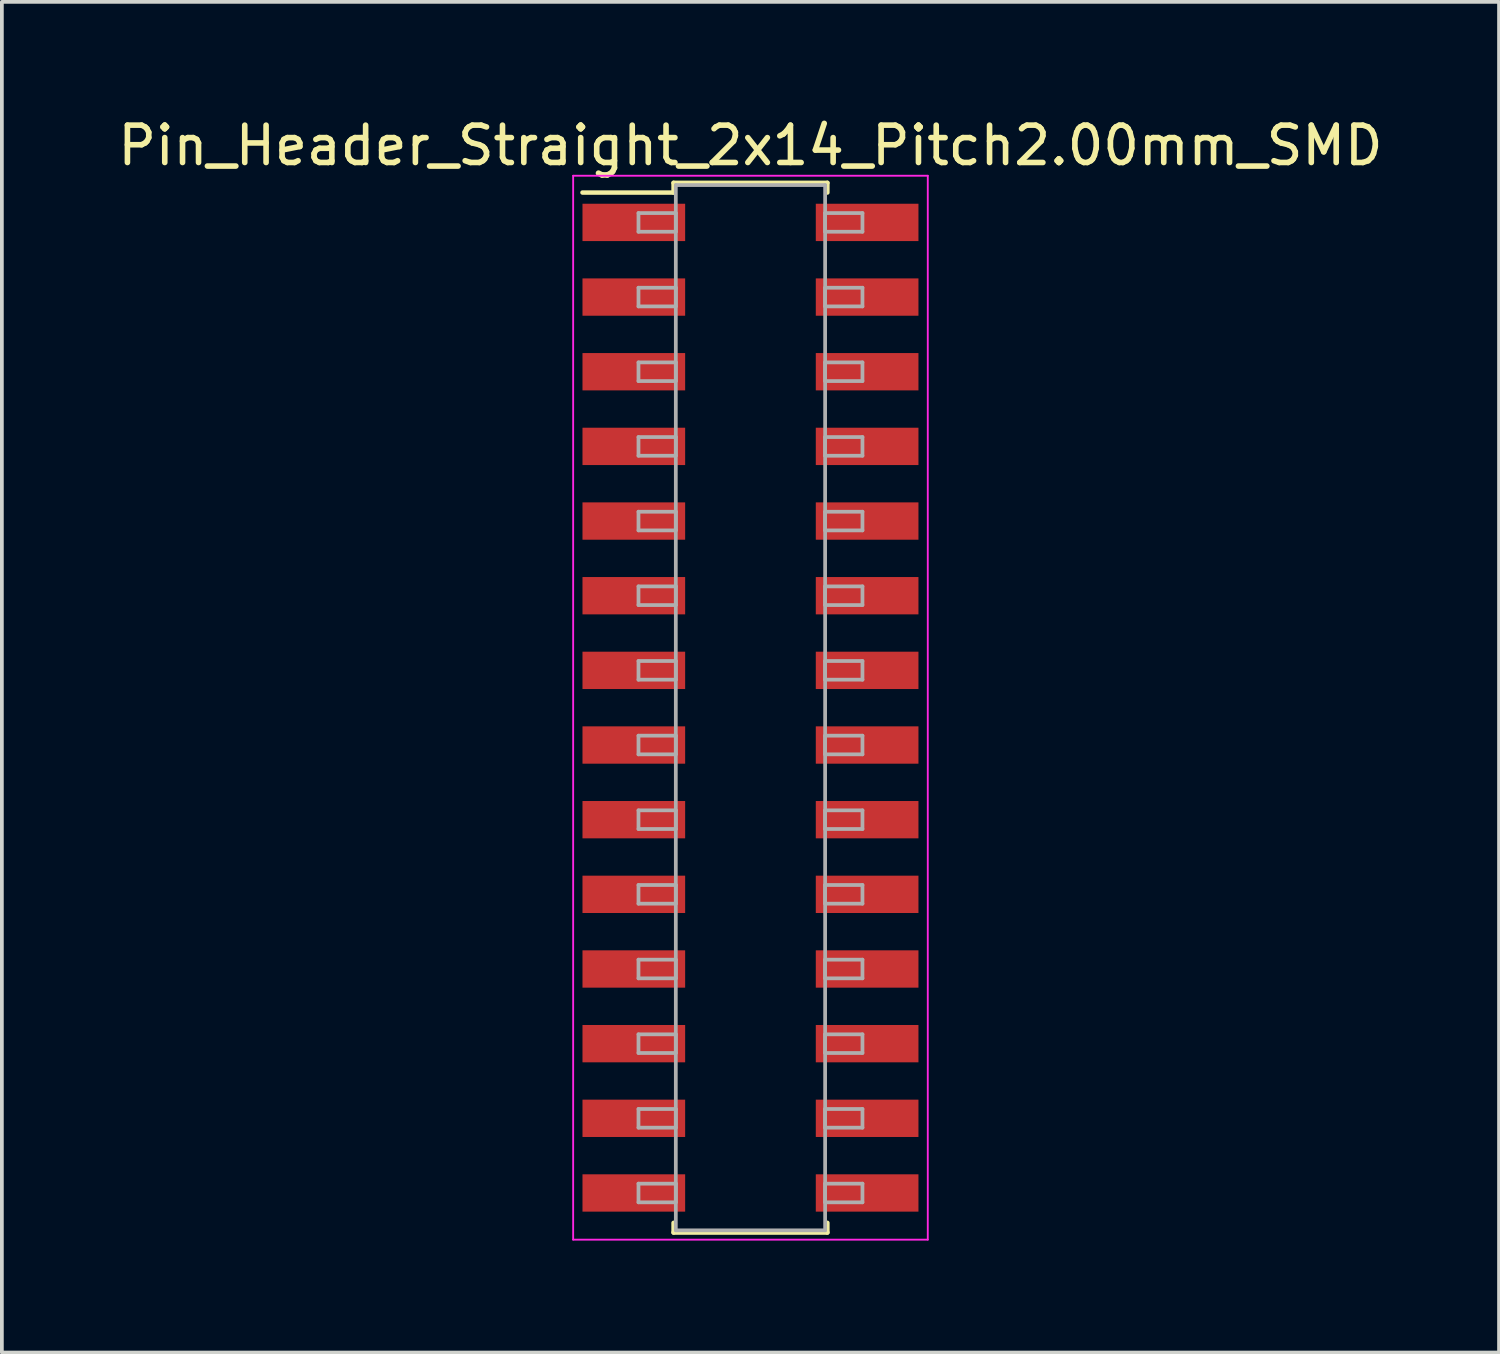
<source format=kicad_pcb>
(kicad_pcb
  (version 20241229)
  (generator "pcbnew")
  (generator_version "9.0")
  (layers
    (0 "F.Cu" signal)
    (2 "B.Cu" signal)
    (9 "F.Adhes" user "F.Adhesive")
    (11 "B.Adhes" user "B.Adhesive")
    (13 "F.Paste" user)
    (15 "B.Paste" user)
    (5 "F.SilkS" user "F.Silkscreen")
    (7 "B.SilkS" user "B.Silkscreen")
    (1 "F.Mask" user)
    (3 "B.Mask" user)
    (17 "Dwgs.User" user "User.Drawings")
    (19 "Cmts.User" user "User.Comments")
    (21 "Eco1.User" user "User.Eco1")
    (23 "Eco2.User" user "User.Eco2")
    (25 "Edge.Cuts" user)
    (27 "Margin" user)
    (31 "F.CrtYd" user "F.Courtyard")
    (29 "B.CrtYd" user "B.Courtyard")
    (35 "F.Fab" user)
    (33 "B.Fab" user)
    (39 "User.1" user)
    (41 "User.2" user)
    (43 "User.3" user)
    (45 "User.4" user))
  (footprint "Pin_Header_Straight_2x14_Pitch2.00mm_SMD"
    (layer "F.Cu")
    (at 17.054 15.908)
    (property "Reference" "Pin_Header_Straight_2x14_Pitch2.00mm_SMD" (at 0 -15.06 0) (layer "F.SilkS") (effects (font (size 1 1) (thickness 0.15))))
    (attr smd)
    (fp_line (start -4.5 -13.8) (end -2.06 -13.8) (stroke (width 0.12) (type solid)) (layer "F.SilkS"))
    (fp_line (start -2.06 -14.06) (end 2.06 -14.06) (stroke (width 0.12) (type solid)) (layer "F.SilkS"))
    (fp_line (start -2.06 -13.8) (end -2.06 -14.06) (stroke (width 0.12) (type solid)) (layer "F.SilkS"))
    (fp_line (start -2.06 13.8) (end -2.06 14.06) (stroke (width 0.12) (type solid)) (layer "F.SilkS"))
    (fp_line (start -2.06 14.06) (end 2.06 14.06) (stroke (width 0.12) (type solid)) (layer "F.SilkS"))
    (fp_line (start 2.06 -14.06) (end 2.06 -13.8) (stroke (width 0.12) (type solid)) (layer "F.SilkS"))
    (fp_line (start 2.06 14.06) (end 2.06 13.8) (stroke (width 0.12) (type solid)) (layer "F.SilkS"))
    (fp_line (start -4.75 -14.25) (end -4.75 14.25) (stroke (width 0.05) (type solid)) (layer "F.CrtYd"))
    (fp_line (start -4.75 14.25) (end 4.75 14.25) (stroke (width 0.05) (type solid)) (layer "F.CrtYd"))
    (fp_line (start 4.75 -14.25) (end -4.75 -14.25) (stroke (width 0.05) (type solid)) (layer "F.CrtYd"))
    (fp_line (start 4.75 14.25) (end 4.75 -14.25) (stroke (width 0.05) (type solid)) (layer "F.CrtYd"))
    (fp_line (start -3 -13.25) (end -2 -13.25) (stroke (width 0.1) (type solid)) (layer "F.Fab"))
    (fp_line (start -3 -12.75) (end -3 -13.25) (stroke (width 0.1) (type solid)) (layer "F.Fab"))
    (fp_line (start -3 -11.25) (end -2 -11.25) (stroke (width 0.1) (type solid)) (layer "F.Fab"))
    (fp_line (start -3 -10.75) (end -3 -11.25) (stroke (width 0.1) (type solid)) (layer "F.Fab"))
    (fp_line (start -3 -9.25) (end -2 -9.25) (stroke (width 0.1) (type solid)) (layer "F.Fab"))
    (fp_line (start -3 -8.75) (end -3 -9.25) (stroke (width 0.1) (type solid)) (layer "F.Fab"))
    (fp_line (start -3 -7.25) (end -2 -7.25) (stroke (width 0.1) (type solid)) (layer "F.Fab"))
    (fp_line (start -3 -6.75) (end -3 -7.25) (stroke (width 0.1) (type solid)) (layer "F.Fab"))
    (fp_line (start -3 -5.25) (end -2 -5.25) (stroke (width 0.1) (type solid)) (layer "F.Fab"))
    (fp_line (start -3 -4.75) (end -3 -5.25) (stroke (width 0.1) (type solid)) (layer "F.Fab"))
    (fp_line (start -3 -3.25) (end -2 -3.25) (stroke (width 0.1) (type solid)) (layer "F.Fab"))
    (fp_line (start -3 -2.75) (end -3 -3.25) (stroke (width 0.1) (type solid)) (layer "F.Fab"))
    (fp_line (start -3 -1.25) (end -2 -1.25) (stroke (width 0.1) (type solid)) (layer "F.Fab"))
    (fp_line (start -3 -0.75) (end -3 -1.25) (stroke (width 0.1) (type solid)) (layer "F.Fab"))
    (fp_line (start -3 0.75) (end -2 0.75) (stroke (width 0.1) (type solid)) (layer "F.Fab"))
    (fp_line (start -3 1.25) (end -3 0.75) (stroke (width 0.1) (type solid)) (layer "F.Fab"))
    (fp_line (start -3 2.75) (end -2 2.75) (stroke (width 0.1) (type solid)) (layer "F.Fab"))
    (fp_line (start -3 3.25) (end -3 2.75) (stroke (width 0.1) (type solid)) (layer "F.Fab"))
    (fp_line (start -3 4.75) (end -2 4.75) (stroke (width 0.1) (type solid)) (layer "F.Fab"))
    (fp_line (start -3 5.25) (end -3 4.75) (stroke (width 0.1) (type solid)) (layer "F.Fab"))
    (fp_line (start -3 6.75) (end -2 6.75) (stroke (width 0.1) (type solid)) (layer "F.Fab"))
    (fp_line (start -3 7.25) (end -3 6.75) (stroke (width 0.1) (type solid)) (layer "F.Fab"))
    (fp_line (start -3 8.75) (end -2 8.75) (stroke (width 0.1) (type solid)) (layer "F.Fab"))
    (fp_line (start -3 9.25) (end -3 8.75) (stroke (width 0.1) (type solid)) (layer "F.Fab"))
    (fp_line (start -3 10.75) (end -2 10.75) (stroke (width 0.1) (type solid)) (layer "F.Fab"))
    (fp_line (start -3 11.25) (end -3 10.75) (stroke (width 0.1) (type solid)) (layer "F.Fab"))
    (fp_line (start -3 12.75) (end -2 12.75) (stroke (width 0.1) (type solid)) (layer "F.Fab"))
    (fp_line (start -3 13.25) (end -3 12.75) (stroke (width 0.1) (type solid)) (layer "F.Fab"))
    (fp_line (start -2 -14) (end -2 14) (stroke (width 0.1) (type solid)) (layer "F.Fab"))
    (fp_line (start -2 -13.25) (end -2 -12.75) (stroke (width 0.1) (type solid)) (layer "F.Fab"))
    (fp_line (start -2 -12.75) (end -3 -12.75) (stroke (width 0.1) (type solid)) (layer "F.Fab"))
    (fp_line (start -2 -11.25) (end -2 -10.75) (stroke (width 0.1) (type solid)) (layer "F.Fab"))
    (fp_line (start -2 -10.75) (end -3 -10.75) (stroke (width 0.1) (type solid)) (layer "F.Fab"))
    (fp_line (start -2 -9.25) (end -2 -8.75) (stroke (width 0.1) (type solid)) (layer "F.Fab"))
    (fp_line (start -2 -8.75) (end -3 -8.75) (stroke (width 0.1) (type solid)) (layer "F.Fab"))
    (fp_line (start -2 -7.25) (end -2 -6.75) (stroke (width 0.1) (type solid)) (layer "F.Fab"))
    (fp_line (start -2 -6.75) (end -3 -6.75) (stroke (width 0.1) (type solid)) (layer "F.Fab"))
    (fp_line (start -2 -5.25) (end -2 -4.75) (stroke (width 0.1) (type solid)) (layer "F.Fab"))
    (fp_line (start -2 -4.75) (end -3 -4.75) (stroke (width 0.1) (type solid)) (layer "F.Fab"))
    (fp_line (start -2 -3.25) (end -2 -2.75) (stroke (width 0.1) (type solid)) (layer "F.Fab"))
    (fp_line (start -2 -2.75) (end -3 -2.75) (stroke (width 0.1) (type solid)) (layer "F.Fab"))
    (fp_line (start -2 -1.25) (end -2 -0.75) (stroke (width 0.1) (type solid)) (layer "F.Fab"))
    (fp_line (start -2 -0.75) (end -3 -0.75) (stroke (width 0.1) (type solid)) (layer "F.Fab"))
    (fp_line (start -2 0.75) (end -2 1.25) (stroke (width 0.1) (type solid)) (layer "F.Fab"))
    (fp_line (start -2 1.25) (end -3 1.25) (stroke (width 0.1) (type solid)) (layer "F.Fab"))
    (fp_line (start -2 2.75) (end -2 3.25) (stroke (width 0.1) (type solid)) (layer "F.Fab"))
    (fp_line (start -2 3.25) (end -3 3.25) (stroke (width 0.1) (type solid)) (layer "F.Fab"))
    (fp_line (start -2 4.75) (end -2 5.25) (stroke (width 0.1) (type solid)) (layer "F.Fab"))
    (fp_line (start -2 5.25) (end -3 5.25) (stroke (width 0.1) (type solid)) (layer "F.Fab"))
    (fp_line (start -2 6.75) (end -2 7.25) (stroke (width 0.1) (type solid)) (layer "F.Fab"))
    (fp_line (start -2 7.25) (end -3 7.25) (stroke (width 0.1) (type solid)) (layer "F.Fab"))
    (fp_line (start -2 8.75) (end -2 9.25) (stroke (width 0.1) (type solid)) (layer "F.Fab"))
    (fp_line (start -2 9.25) (end -3 9.25) (stroke (width 0.1) (type solid)) (layer "F.Fab"))
    (fp_line (start -2 10.75) (end -2 11.25) (stroke (width 0.1) (type solid)) (layer "F.Fab"))
    (fp_line (start -2 11.25) (end -3 11.25) (stroke (width 0.1) (type solid)) (layer "F.Fab"))
    (fp_line (start -2 12.75) (end -2 13.25) (stroke (width 0.1) (type solid)) (layer "F.Fab"))
    (fp_line (start -2 13.25) (end -3 13.25) (stroke (width 0.1) (type solid)) (layer "F.Fab"))
    (fp_line (start -2 14) (end 2 14) (stroke (width 0.1) (type solid)) (layer "F.Fab"))
    (fp_line (start 2 -14) (end -2 -14) (stroke (width 0.1) (type solid)) (layer "F.Fab"))
    (fp_line (start 2 -13.25) (end 2 -12.75) (stroke (width 0.1) (type solid)) (layer "F.Fab"))
    (fp_line (start 2 -12.75) (end 3 -12.75) (stroke (width 0.1) (type solid)) (layer "F.Fab"))
    (fp_line (start 2 -11.25) (end 2 -10.75) (stroke (width 0.1) (type solid)) (layer "F.Fab"))
    (fp_line (start 2 -10.75) (end 3 -10.75) (stroke (width 0.1) (type solid)) (layer "F.Fab"))
    (fp_line (start 2 -9.25) (end 2 -8.75) (stroke (width 0.1) (type solid)) (layer "F.Fab"))
    (fp_line (start 2 -8.75) (end 3 -8.75) (stroke (width 0.1) (type solid)) (layer "F.Fab"))
    (fp_line (start 2 -7.25) (end 2 -6.75) (stroke (width 0.1) (type solid)) (layer "F.Fab"))
    (fp_line (start 2 -6.75) (end 3 -6.75) (stroke (width 0.1) (type solid)) (layer "F.Fab"))
    (fp_line (start 2 -5.25) (end 2 -4.75) (stroke (width 0.1) (type solid)) (layer "F.Fab"))
    (fp_line (start 2 -4.75) (end 3 -4.75) (stroke (width 0.1) (type solid)) (layer "F.Fab"))
    (fp_line (start 2 -3.25) (end 2 -2.75) (stroke (width 0.1) (type solid)) (layer "F.Fab"))
    (fp_line (start 2 -2.75) (end 3 -2.75) (stroke (width 0.1) (type solid)) (layer "F.Fab"))
    (fp_line (start 2 -1.25) (end 2 -0.75) (stroke (width 0.1) (type solid)) (layer "F.Fab"))
    (fp_line (start 2 -0.75) (end 3 -0.75) (stroke (width 0.1) (type solid)) (layer "F.Fab"))
    (fp_line (start 2 0.75) (end 2 1.25) (stroke (width 0.1) (type solid)) (layer "F.Fab"))
    (fp_line (start 2 1.25) (end 3 1.25) (stroke (width 0.1) (type solid)) (layer "F.Fab"))
    (fp_line (start 2 2.75) (end 2 3.25) (stroke (width 0.1) (type solid)) (layer "F.Fab"))
    (fp_line (start 2 3.25) (end 3 3.25) (stroke (width 0.1) (type solid)) (layer "F.Fab"))
    (fp_line (start 2 4.75) (end 2 5.25) (stroke (width 0.1) (type solid)) (layer "F.Fab"))
    (fp_line (start 2 5.25) (end 3 5.25) (stroke (width 0.1) (type solid)) (layer "F.Fab"))
    (fp_line (start 2 6.75) (end 2 7.25) (stroke (width 0.1) (type solid)) (layer "F.Fab"))
    (fp_line (start 2 7.25) (end 3 7.25) (stroke (width 0.1) (type solid)) (layer "F.Fab"))
    (fp_line (start 2 8.75) (end 2 9.25) (stroke (width 0.1) (type solid)) (layer "F.Fab"))
    (fp_line (start 2 9.25) (end 3 9.25) (stroke (width 0.1) (type solid)) (layer "F.Fab"))
    (fp_line (start 2 10.75) (end 2 11.25) (stroke (width 0.1) (type solid)) (layer "F.Fab"))
    (fp_line (start 2 11.25) (end 3 11.25) (stroke (width 0.1) (type solid)) (layer "F.Fab"))
    (fp_line (start 2 12.75) (end 2 13.25) (stroke (width 0.1) (type solid)) (layer "F.Fab"))
    (fp_line (start 2 13.25) (end 3 13.25) (stroke (width 0.1) (type solid)) (layer "F.Fab"))
    (fp_line (start 2 14) (end 2 -14) (stroke (width 0.1) (type solid)) (layer "F.Fab"))
    (fp_line (start 3 -13.25) (end 2 -13.25) (stroke (width 0.1) (type solid)) (layer "F.Fab"))
    (fp_line (start 3 -12.75) (end 3 -13.25) (stroke (width 0.1) (type solid)) (layer "F.Fab"))
    (fp_line (start 3 -11.25) (end 2 -11.25) (stroke (width 0.1) (type solid)) (layer "F.Fab"))
    (fp_line (start 3 -10.75) (end 3 -11.25) (stroke (width 0.1) (type solid)) (layer "F.Fab"))
    (fp_line (start 3 -9.25) (end 2 -9.25) (stroke (width 0.1) (type solid)) (layer "F.Fab"))
    (fp_line (start 3 -8.75) (end 3 -9.25) (stroke (width 0.1) (type solid)) (layer "F.Fab"))
    (fp_line (start 3 -7.25) (end 2 -7.25) (stroke (width 0.1) (type solid)) (layer "F.Fab"))
    (fp_line (start 3 -6.75) (end 3 -7.25) (stroke (width 0.1) (type solid)) (layer "F.Fab"))
    (fp_line (start 3 -5.25) (end 2 -5.25) (stroke (width 0.1) (type solid)) (layer "F.Fab"))
    (fp_line (start 3 -4.75) (end 3 -5.25) (stroke (width 0.1) (type solid)) (layer "F.Fab"))
    (fp_line (start 3 -3.25) (end 2 -3.25) (stroke (width 0.1) (type solid)) (layer "F.Fab"))
    (fp_line (start 3 -2.75) (end 3 -3.25) (stroke (width 0.1) (type solid)) (layer "F.Fab"))
    (fp_line (start 3 -1.25) (end 2 -1.25) (stroke (width 0.1) (type solid)) (layer "F.Fab"))
    (fp_line (start 3 -0.75) (end 3 -1.25) (stroke (width 0.1) (type solid)) (layer "F.Fab"))
    (fp_line (start 3 0.75) (end 2 0.75) (stroke (width 0.1) (type solid)) (layer "F.Fab"))
    (fp_line (start 3 1.25) (end 3 0.75) (stroke (width 0.1) (type solid)) (layer "F.Fab"))
    (fp_line (start 3 2.75) (end 2 2.75) (stroke (width 0.1) (type solid)) (layer "F.Fab"))
    (fp_line (start 3 3.25) (end 3 2.75) (stroke (width 0.1) (type solid)) (layer "F.Fab"))
    (fp_line (start 3 4.75) (end 2 4.75) (stroke (width 0.1) (type solid)) (layer "F.Fab"))
    (fp_line (start 3 5.25) (end 3 4.75) (stroke (width 0.1) (type solid)) (layer "F.Fab"))
    (fp_line (start 3 6.75) (end 2 6.75) (stroke (width 0.1) (type solid)) (layer "F.Fab"))
    (fp_line (start 3 7.25) (end 3 6.75) (stroke (width 0.1) (type solid)) (layer "F.Fab"))
    (fp_line (start 3 8.75) (end 2 8.75) (stroke (width 0.1) (type solid)) (layer "F.Fab"))
    (fp_line (start 3 9.25) (end 3 8.75) (stroke (width 0.1) (type solid)) (layer "F.Fab"))
    (fp_line (start 3 10.75) (end 2 10.75) (stroke (width 0.1) (type solid)) (layer "F.Fab"))
    (fp_line (start 3 11.25) (end 3 10.75) (stroke (width 0.1) (type solid)) (layer "F.Fab"))
    (fp_line (start 3 12.75) (end 2 12.75) (stroke (width 0.1) (type solid)) (layer "F.Fab"))
    (fp_line (start 3 13.25) (end 3 12.75) (stroke (width 0.1) (type solid)) (layer "F.Fab"))
    (pad "1" smd rect (at -3.125 -13) (size 2.75 1) (layers "F.Cu" "F.Mask"))
    (pad "2" smd rect (at 3.125 -13) (size 2.75 1) (layers "F.Cu" "F.Mask"))
    (pad "3" smd rect (at -3.125 -11) (size 2.75 1) (layers "F.Cu" "F.Mask"))
    (pad "4" smd rect (at 3.125 -11) (size 2.75 1) (layers "F.Cu" "F.Mask"))
    (pad "5" smd rect (at -3.125 -9) (size 2.75 1) (layers "F.Cu" "F.Mask"))
    (pad "6" smd rect (at 3.125 -9) (size 2.75 1) (layers "F.Cu" "F.Mask"))
    (pad "7" smd rect (at -3.125 -7) (size 2.75 1) (layers "F.Cu" "F.Mask"))
    (pad "8" smd rect (at 3.125 -7) (size 2.75 1) (layers "F.Cu" "F.Mask"))
    (pad "9" smd rect (at -3.125 -5) (size 2.75 1) (layers "F.Cu" "F.Mask"))
    (pad "10" smd rect (at 3.125 -5) (size 2.75 1) (layers "F.Cu" "F.Mask"))
    (pad "11" smd rect (at -3.125 -3) (size 2.75 1) (layers "F.Cu" "F.Mask"))
    (pad "12" smd rect (at 3.125 -3) (size 2.75 1) (layers "F.Cu" "F.Mask"))
    (pad "13" smd rect (at -3.125 -1) (size 2.75 1) (layers "F.Cu" "F.Mask"))
    (pad "14" smd rect (at 3.125 -1) (size 2.75 1) (layers "F.Cu" "F.Mask"))
    (pad "15" smd rect (at -3.125 1) (size 2.75 1) (layers "F.Cu" "F.Mask"))
    (pad "16" smd rect (at 3.125 1) (size 2.75 1) (layers "F.Cu" "F.Mask"))
    (pad "17" smd rect (at -3.125 3) (size 2.75 1) (layers "F.Cu" "F.Mask"))
    (pad "18" smd rect (at 3.125 3) (size 2.75 1) (layers "F.Cu" "F.Mask"))
    (pad "19" smd rect (at -3.125 5) (size 2.75 1) (layers "F.Cu" "F.Mask"))
    (pad "20" smd rect (at 3.125 5) (size 2.75 1) (layers "F.Cu" "F.Mask"))
    (pad "21" smd rect (at -3.125 7) (size 2.75 1) (layers "F.Cu" "F.Mask"))
    (pad "22" smd rect (at 3.125 7) (size 2.75 1) (layers "F.Cu" "F.Mask"))
    (pad "23" smd rect (at -3.125 9) (size 2.75 1) (layers "F.Cu" "F.Mask"))
    (pad "24" smd rect (at 3.125 9) (size 2.75 1) (layers "F.Cu" "F.Mask"))
    (pad "25" smd rect (at -3.125 11) (size 2.75 1) (layers "F.Cu" "F.Mask"))
    (pad "26" smd rect (at 3.125 11) (size 2.75 1) (layers "F.Cu" "F.Mask"))
    (pad "27" smd rect (at -3.125 13) (size 2.75 1) (layers "F.Cu" "F.Mask"))
    (pad "28" smd rect (at 3.125 13) (size 2.75 1) (layers "F.Cu" "F.Mask")))
  (gr_rect
    (start -3 -3)
    (end 37.107 33.183)
    (stroke (width 0.1) (type default))
    (fill no)
    (layer "Edge.Cuts")))
</source>
